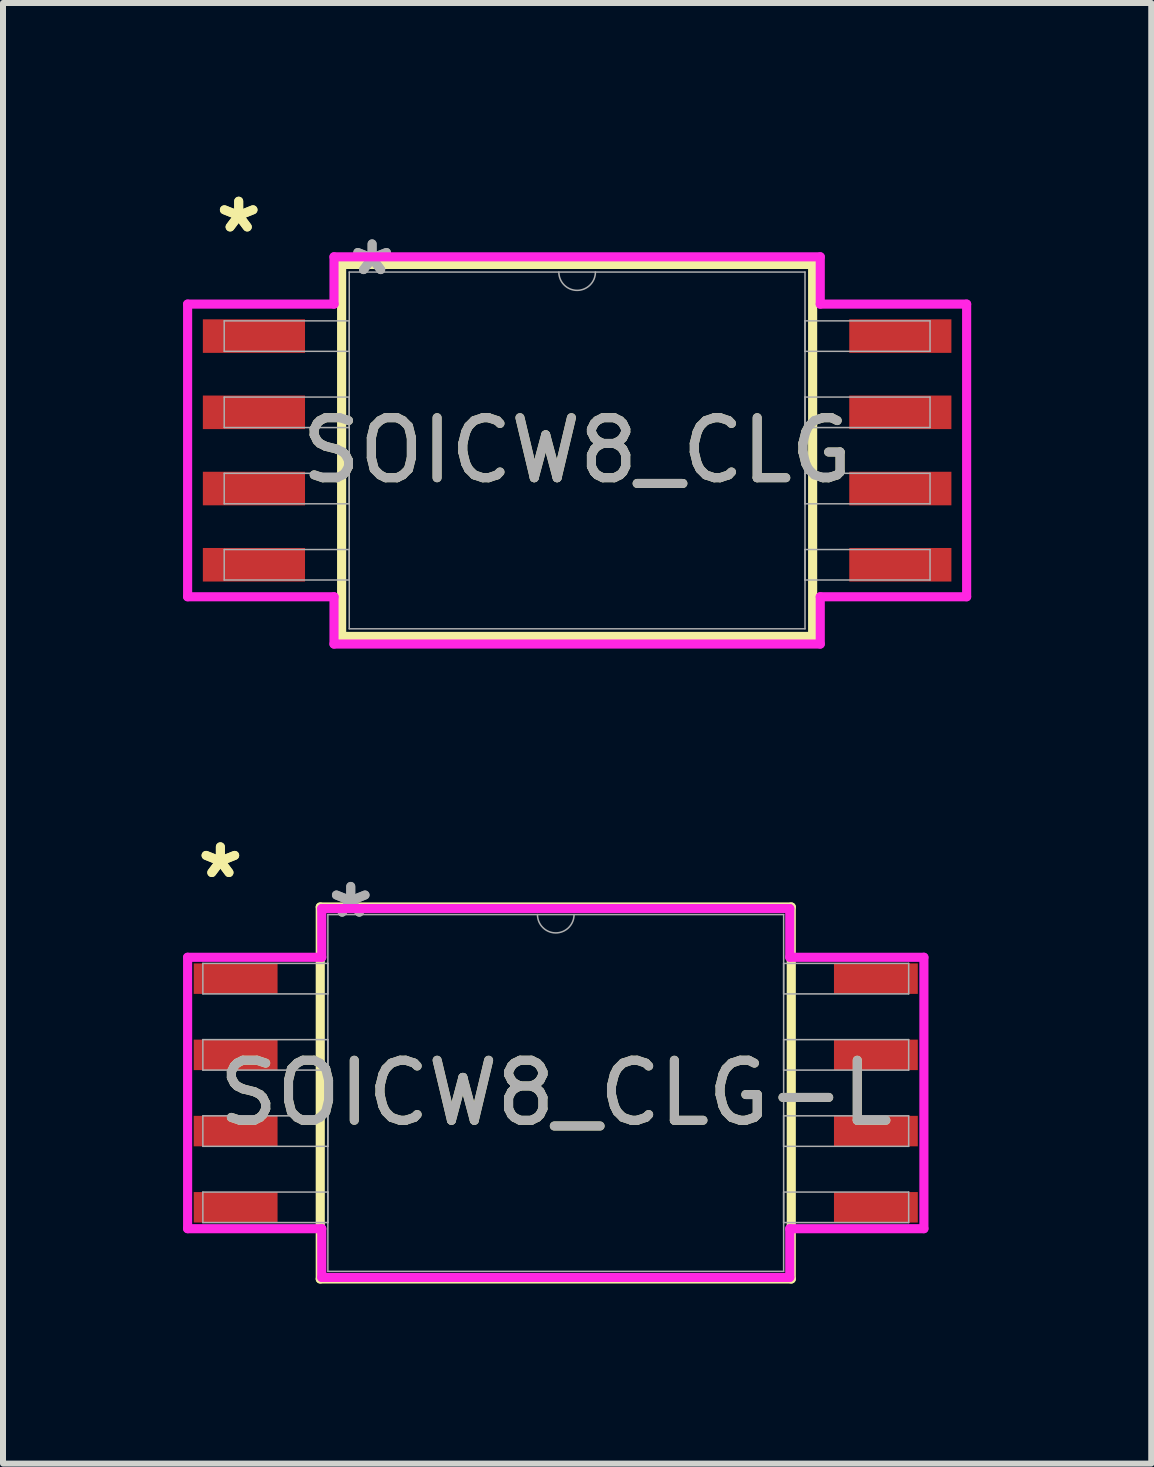
<source format=kicad_pcb>
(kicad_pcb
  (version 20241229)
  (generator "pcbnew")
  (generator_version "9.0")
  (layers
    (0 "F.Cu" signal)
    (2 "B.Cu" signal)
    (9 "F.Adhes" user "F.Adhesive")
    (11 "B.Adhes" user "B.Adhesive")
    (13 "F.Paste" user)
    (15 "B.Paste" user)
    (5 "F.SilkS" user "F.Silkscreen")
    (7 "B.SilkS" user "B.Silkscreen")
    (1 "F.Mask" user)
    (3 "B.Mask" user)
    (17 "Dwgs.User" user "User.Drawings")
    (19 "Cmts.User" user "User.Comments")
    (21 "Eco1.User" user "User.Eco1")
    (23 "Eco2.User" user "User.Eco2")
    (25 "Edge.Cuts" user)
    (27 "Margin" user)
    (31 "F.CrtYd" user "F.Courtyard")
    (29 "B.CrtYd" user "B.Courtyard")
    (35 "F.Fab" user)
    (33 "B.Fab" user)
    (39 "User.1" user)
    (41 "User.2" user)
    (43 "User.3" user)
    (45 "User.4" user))
  (footprint "SOICW8_CLG"
    (layer "F.Cu")
    (at 6.566 4.455)
    (property "Reference" "SOICW8_CLG" (at 0 0 0) (unlocked yes) (layer "F.SilkS") (effects (font (size 1 1) (thickness 0.15))))
    (attr smd)
    (fp_line (start -3.924 -3.099) (end -3.924 3.099) (stroke (width 0.152) (type solid)) (layer "F.SilkS"))
    (fp_line (start -3.924 3.099) (end 3.924 3.099) (stroke (width 0.152) (type solid)) (layer "F.SilkS"))
    (fp_line (start 3.924 -3.099) (end -3.924 -3.099) (stroke (width 0.152) (type solid)) (layer "F.SilkS"))
    (fp_line (start 3.924 3.099) (end 3.924 -3.099) (stroke (width 0.152) (type solid)) (layer "F.SilkS"))
    (fp_line (start -6.49 -2.438) (end -4.051 -2.438) (stroke (width 0.152) (type solid)) (layer "F.CrtYd"))
    (fp_line (start -6.49 2.438) (end -6.49 -2.438) (stroke (width 0.152) (type solid)) (layer "F.CrtYd"))
    (fp_line (start -6.49 2.438) (end -4.051 2.438) (stroke (width 0.152) (type solid)) (layer "F.CrtYd"))
    (fp_line (start -4.051 -3.226) (end 4.051 -3.226) (stroke (width 0.152) (type solid)) (layer "F.CrtYd"))
    (fp_line (start -4.051 -2.438) (end -4.051 -3.226) (stroke (width 0.152) (type solid)) (layer "F.CrtYd"))
    (fp_line (start -4.051 3.226) (end -4.051 2.438) (stroke (width 0.152) (type solid)) (layer "F.CrtYd"))
    (fp_line (start 4.051 -3.226) (end 4.051 -2.438) (stroke (width 0.152) (type solid)) (layer "F.CrtYd"))
    (fp_line (start 4.051 2.438) (end 4.051 3.226) (stroke (width 0.152) (type solid)) (layer "F.CrtYd"))
    (fp_line (start 4.051 3.226) (end -4.051 3.226) (stroke (width 0.152) (type solid)) (layer "F.CrtYd"))
    (fp_line (start 6.49 -2.438) (end 4.051 -2.438) (stroke (width 0.152) (type solid)) (layer "F.CrtYd"))
    (fp_line (start 6.49 -2.438) (end 6.49 2.438) (stroke (width 0.152) (type solid)) (layer "F.CrtYd"))
    (fp_line (start 6.49 2.438) (end 4.051 2.438) (stroke (width 0.152) (type solid)) (layer "F.CrtYd"))
    (fp_line (start -5.88 -2.159) (end -5.88 -1.651) (stroke (width 0.025) (type solid)) (layer "F.Fab"))
    (fp_line (start -5.88 -1.651) (end -3.797 -1.651) (stroke (width 0.025) (type solid)) (layer "F.Fab"))
    (fp_line (start -5.88 -0.889) (end -5.88 -0.381) (stroke (width 0.025) (type solid)) (layer "F.Fab"))
    (fp_line (start -5.88 -0.381) (end -3.797 -0.381) (stroke (width 0.025) (type solid)) (layer "F.Fab"))
    (fp_line (start -5.88 0.381) (end -5.88 0.889) (stroke (width 0.025) (type solid)) (layer "F.Fab"))
    (fp_line (start -5.88 0.889) (end -3.797 0.889) (stroke (width 0.025) (type solid)) (layer "F.Fab"))
    (fp_line (start -5.88 1.651) (end -5.88 2.159) (stroke (width 0.025) (type solid)) (layer "F.Fab"))
    (fp_line (start -5.88 2.159) (end -3.797 2.159) (stroke (width 0.025) (type solid)) (layer "F.Fab"))
    (fp_line (start -3.797 -2.972) (end -3.797 2.972) (stroke (width 0.025) (type solid)) (layer "F.Fab"))
    (fp_line (start -3.797 -2.159) (end -5.88 -2.159) (stroke (width 0.025) (type solid)) (layer "F.Fab"))
    (fp_line (start -3.797 -1.651) (end -3.797 -2.159) (stroke (width 0.025) (type solid)) (layer "F.Fab"))
    (fp_line (start -3.797 -0.889) (end -5.88 -0.889) (stroke (width 0.025) (type solid)) (layer "F.Fab"))
    (fp_line (start -3.797 -0.381) (end -3.797 -0.889) (stroke (width 0.025) (type solid)) (layer "F.Fab"))
    (fp_line (start -3.797 0.381) (end -5.88 0.381) (stroke (width 0.025) (type solid)) (layer "F.Fab"))
    (fp_line (start -3.797 0.889) (end -3.797 0.381) (stroke (width 0.025) (type solid)) (layer "F.Fab"))
    (fp_line (start -3.797 1.651) (end -5.88 1.651) (stroke (width 0.025) (type solid)) (layer "F.Fab"))
    (fp_line (start -3.797 2.159) (end -3.797 1.651) (stroke (width 0.025) (type solid)) (layer "F.Fab"))
    (fp_line (start -3.797 2.972) (end 3.797 2.972) (stroke (width 0.025) (type solid)) (layer "F.Fab"))
    (fp_line (start 3.797 -2.972) (end -3.797 -2.972) (stroke (width 0.025) (type solid)) (layer "F.Fab"))
    (fp_line (start 3.797 -2.159) (end 3.797 -1.651) (stroke (width 0.025) (type solid)) (layer "F.Fab"))
    (fp_line (start 3.797 -1.651) (end 5.88 -1.651) (stroke (width 0.025) (type solid)) (layer "F.Fab"))
    (fp_line (start 3.797 -0.889) (end 3.797 -0.381) (stroke (width 0.025) (type solid)) (layer "F.Fab"))
    (fp_line (start 3.797 -0.381) (end 5.88 -0.381) (stroke (width 0.025) (type solid)) (layer "F.Fab"))
    (fp_line (start 3.797 0.381) (end 3.797 0.889) (stroke (width 0.025) (type solid)) (layer "F.Fab"))
    (fp_line (start 3.797 0.889) (end 5.88 0.889) (stroke (width 0.025) (type solid)) (layer "F.Fab"))
    (fp_line (start 3.797 1.651) (end 3.797 2.159) (stroke (width 0.025) (type solid)) (layer "F.Fab"))
    (fp_line (start 3.797 2.159) (end 5.88 2.159) (stroke (width 0.025) (type solid)) (layer "F.Fab"))
    (fp_line (start 3.797 2.972) (end 3.797 -2.972) (stroke (width 0.025) (type solid)) (layer "F.Fab"))
    (fp_line (start 5.88 -2.159) (end 3.797 -2.159) (stroke (width 0.025) (type solid)) (layer "F.Fab"))
    (fp_line (start 5.88 -1.651) (end 5.88 -2.159) (stroke (width 0.025) (type solid)) (layer "F.Fab"))
    (fp_line (start 5.88 -0.889) (end 3.797 -0.889) (stroke (width 0.025) (type solid)) (layer "F.Fab"))
    (fp_line (start 5.88 -0.381) (end 5.88 -0.889) (stroke (width 0.025) (type solid)) (layer "F.Fab"))
    (fp_line (start 5.88 0.381) (end 3.797 0.381) (stroke (width 0.025) (type solid)) (layer "F.Fab"))
    (fp_line (start 5.88 0.889) (end 5.88 0.381) (stroke (width 0.025) (type solid)) (layer "F.Fab"))
    (fp_line (start 5.88 1.651) (end 3.797 1.651) (stroke (width 0.025) (type solid)) (layer "F.Fab"))
    (fp_line (start 5.88 2.159) (end 5.88 1.651) (stroke (width 0.025) (type solid)) (layer "F.Fab"))
    (fp_arc (start 0.3048 -2.9718) (mid 0 -2.667) (end -0.3048 -2.9718) (stroke (width 0.0254) (type solid)) (layer "F.Fab"))
    (fp_text user "*" (at -5.639 -3.607 0) (unlocked yes) (layer "F.SilkS") (effects (font (size 1 1) (thickness 0.15))))
    (fp_text user "*" (at -5.639 -3.607 0) (layer "F.SilkS") (effects (font (size 1 1) (thickness 0.15))))
    (fp_text user "${REFERENCE}" (at 0 0 0) (unlocked yes) (layer "F.Fab") (effects (font (size 1 1) (thickness 0.15))))
    (fp_text user "*" (at -3.416 -2.896 0) (layer "F.Fab") (effects (font (size 1 1) (thickness 0.15))))
    (fp_text user "*" (at -3.416 -2.896 0) (unlocked yes) (layer "F.Fab") (effects (font (size 1 1) (thickness 0.15))))
    (pad "1" smd rect (at -5.385 -1.905) (size 1.702 0.559) (layers "F.Cu" "F.Mask" "F.Paste"))
    (pad "2" smd rect (at -5.385 -0.635) (size 1.702 0.559) (layers "F.Cu" "F.Mask" "F.Paste"))
    (pad "3" smd rect (at -5.385 0.635) (size 1.702 0.559) (layers "F.Cu" "F.Mask" "F.Paste"))
    (pad "4" smd rect (at -5.385 1.905) (size 1.702 0.559) (layers "F.Cu" "F.Mask" "F.Paste"))
    (pad "5" smd rect (at 5.385 1.905) (size 1.702 0.559) (layers "F.Cu" "F.Mask" "F.Paste"))
    (pad "6" smd rect (at 5.385 0.635) (size 1.702 0.559) (layers "F.Cu" "F.Mask" "F.Paste"))
    (pad "7" smd rect (at 5.385 -0.635) (size 1.702 0.559) (layers "F.Cu" "F.Mask" "F.Paste"))
    (pad "8" smd rect (at 5.385 -1.905) (size 1.702 0.559) (layers "F.Cu" "F.Mask" "F.Paste")))
  (footprint "SOICW8_CLG-L"
    (layer "F.Cu")
    (at 6.21 15.161)
    (property "Reference" "SOICW8_CLG-L" (at 0 0 0) (unlocked yes) (layer "F.SilkS") (effects (font (size 1 1) (thickness 0.15))))
    (attr smd)
    (fp_line (start -3.924 -3.099) (end -3.924 3.099) (stroke (width 0.152) (type solid)) (layer "F.SilkS"))
    (fp_line (start -3.924 3.099) (end 3.924 3.099) (stroke (width 0.152) (type solid)) (layer "F.SilkS"))
    (fp_line (start 3.924 -3.099) (end -3.924 -3.099) (stroke (width 0.152) (type solid)) (layer "F.SilkS"))
    (fp_line (start 3.924 3.099) (end 3.924 -3.099) (stroke (width 0.152) (type solid)) (layer "F.SilkS"))
    (fp_line (start -6.134 -2.261) (end -3.899 -2.261) (stroke (width 0.152) (type solid)) (layer "F.CrtYd"))
    (fp_line (start -6.134 2.261) (end -6.134 -2.261) (stroke (width 0.152) (type solid)) (layer "F.CrtYd"))
    (fp_line (start -6.134 2.261) (end -3.899 2.261) (stroke (width 0.152) (type solid)) (layer "F.CrtYd"))
    (fp_line (start -3.899 -3.073) (end 3.899 -3.073) (stroke (width 0.152) (type solid)) (layer "F.CrtYd"))
    (fp_line (start -3.899 -2.261) (end -3.899 -3.073) (stroke (width 0.152) (type solid)) (layer "F.CrtYd"))
    (fp_line (start -3.899 3.073) (end -3.899 2.261) (stroke (width 0.152) (type solid)) (layer "F.CrtYd"))
    (fp_line (start 3.899 -3.073) (end 3.899 -2.261) (stroke (width 0.152) (type solid)) (layer "F.CrtYd"))
    (fp_line (start 3.899 2.261) (end 3.899 3.073) (stroke (width 0.152) (type solid)) (layer "F.CrtYd"))
    (fp_line (start 3.899 3.073) (end -3.899 3.073) (stroke (width 0.152) (type solid)) (layer "F.CrtYd"))
    (fp_line (start 6.134 -2.261) (end 3.899 -2.261) (stroke (width 0.152) (type solid)) (layer "F.CrtYd"))
    (fp_line (start 6.134 -2.261) (end 6.134 2.261) (stroke (width 0.152) (type solid)) (layer "F.CrtYd"))
    (fp_line (start 6.134 2.261) (end 3.899 2.261) (stroke (width 0.152) (type solid)) (layer "F.CrtYd"))
    (fp_line (start -5.88 -2.159) (end -5.88 -1.651) (stroke (width 0.025) (type solid)) (layer "F.Fab"))
    (fp_line (start -5.88 -1.651) (end -3.797 -1.651) (stroke (width 0.025) (type solid)) (layer "F.Fab"))
    (fp_line (start -5.88 -0.889) (end -5.88 -0.381) (stroke (width 0.025) (type solid)) (layer "F.Fab"))
    (fp_line (start -5.88 -0.381) (end -3.797 -0.381) (stroke (width 0.025) (type solid)) (layer "F.Fab"))
    (fp_line (start -5.88 0.381) (end -5.88 0.889) (stroke (width 0.025) (type solid)) (layer "F.Fab"))
    (fp_line (start -5.88 0.889) (end -3.797 0.889) (stroke (width 0.025) (type solid)) (layer "F.Fab"))
    (fp_line (start -5.88 1.651) (end -5.88 2.159) (stroke (width 0.025) (type solid)) (layer "F.Fab"))
    (fp_line (start -5.88 2.159) (end -3.797 2.159) (stroke (width 0.025) (type solid)) (layer "F.Fab"))
    (fp_line (start -3.797 -2.972) (end -3.797 2.972) (stroke (width 0.025) (type solid)) (layer "F.Fab"))
    (fp_line (start -3.797 -2.159) (end -5.88 -2.159) (stroke (width 0.025) (type solid)) (layer "F.Fab"))
    (fp_line (start -3.797 -1.651) (end -3.797 -2.159) (stroke (width 0.025) (type solid)) (layer "F.Fab"))
    (fp_line (start -3.797 -0.889) (end -5.88 -0.889) (stroke (width 0.025) (type solid)) (layer "F.Fab"))
    (fp_line (start -3.797 -0.381) (end -3.797 -0.889) (stroke (width 0.025) (type solid)) (layer "F.Fab"))
    (fp_line (start -3.797 0.381) (end -5.88 0.381) (stroke (width 0.025) (type solid)) (layer "F.Fab"))
    (fp_line (start -3.797 0.889) (end -3.797 0.381) (stroke (width 0.025) (type solid)) (layer "F.Fab"))
    (fp_line (start -3.797 1.651) (end -5.88 1.651) (stroke (width 0.025) (type solid)) (layer "F.Fab"))
    (fp_line (start -3.797 2.159) (end -3.797 1.651) (stroke (width 0.025) (type solid)) (layer "F.Fab"))
    (fp_line (start -3.797 2.972) (end 3.797 2.972) (stroke (width 0.025) (type solid)) (layer "F.Fab"))
    (fp_line (start 3.797 -2.972) (end -3.797 -2.972) (stroke (width 0.025) (type solid)) (layer "F.Fab"))
    (fp_line (start 3.797 -2.159) (end 3.797 -1.651) (stroke (width 0.025) (type solid)) (layer "F.Fab"))
    (fp_line (start 3.797 -1.651) (end 5.88 -1.651) (stroke (width 0.025) (type solid)) (layer "F.Fab"))
    (fp_line (start 3.797 -0.889) (end 3.797 -0.381) (stroke (width 0.025) (type solid)) (layer "F.Fab"))
    (fp_line (start 3.797 -0.381) (end 5.88 -0.381) (stroke (width 0.025) (type solid)) (layer "F.Fab"))
    (fp_line (start 3.797 0.381) (end 3.797 0.889) (stroke (width 0.025) (type solid)) (layer "F.Fab"))
    (fp_line (start 3.797 0.889) (end 5.88 0.889) (stroke (width 0.025) (type solid)) (layer "F.Fab"))
    (fp_line (start 3.797 1.651) (end 3.797 2.159) (stroke (width 0.025) (type solid)) (layer "F.Fab"))
    (fp_line (start 3.797 2.159) (end 5.88 2.159) (stroke (width 0.025) (type solid)) (layer "F.Fab"))
    (fp_line (start 3.797 2.972) (end 3.797 -2.972) (stroke (width 0.025) (type solid)) (layer "F.Fab"))
    (fp_line (start 5.88 -2.159) (end 3.797 -2.159) (stroke (width 0.025) (type solid)) (layer "F.Fab"))
    (fp_line (start 5.88 -1.651) (end 5.88 -2.159) (stroke (width 0.025) (type solid)) (layer "F.Fab"))
    (fp_line (start 5.88 -0.889) (end 3.797 -0.889) (stroke (width 0.025) (type solid)) (layer "F.Fab"))
    (fp_line (start 5.88 -0.381) (end 5.88 -0.889) (stroke (width 0.025) (type solid)) (layer "F.Fab"))
    (fp_line (start 5.88 0.381) (end 3.797 0.381) (stroke (width 0.025) (type solid)) (layer "F.Fab"))
    (fp_line (start 5.88 0.889) (end 5.88 0.381) (stroke (width 0.025) (type solid)) (layer "F.Fab"))
    (fp_line (start 5.88 1.651) (end 3.797 1.651) (stroke (width 0.025) (type solid)) (layer "F.Fab"))
    (fp_line (start 5.88 2.159) (end 5.88 1.651) (stroke (width 0.025) (type solid)) (layer "F.Fab"))
    (fp_arc (start 0.3048 -2.9718) (mid 0 -2.667) (end -0.3048 -2.9718) (stroke (width 0.0254) (type solid)) (layer "F.Fab"))
    (fp_text user "*" (at -5.588 -3.556 0) (layer "F.SilkS") (effects (font (size 1 1) (thickness 0.15))))
    (fp_text user "*" (at -5.588 -3.556 0) (unlocked yes) (layer "F.SilkS") (effects (font (size 1 1) (thickness 0.15))))
    (fp_text user "*" (at -3.416 -2.896 0) (unlocked yes) (layer "F.Fab") (effects (font (size 1 1) (thickness 0.15))))
    (fp_text user "*" (at -3.416 -2.896 0) (layer "F.Fab") (effects (font (size 1 1) (thickness 0.15))))
    (fp_text user "${REFERENCE}" (at 0 0 0) (unlocked yes) (layer "F.Fab") (effects (font (size 1 1) (thickness 0.15))))
    (pad "1" smd rect (at -5.334 -1.905) (size 1.397 0.508) (layers "F.Cu" "F.Mask" "F.Paste"))
    (pad "2" smd rect (at -5.334 -0.635) (size 1.397 0.508) (layers "F.Cu" "F.Mask" "F.Paste"))
    (pad "3" smd rect (at -5.334 0.635) (size 1.397 0.508) (layers "F.Cu" "F.Mask" "F.Paste"))
    (pad "4" smd rect (at -5.334 1.905) (size 1.397 0.508) (layers "F.Cu" "F.Mask" "F.Paste"))
    (pad "5" smd rect (at 5.334 1.905) (size 1.397 0.508) (layers "F.Cu" "F.Mask" "F.Paste"))
    (pad "6" smd rect (at 5.334 0.635) (size 1.397 0.508) (layers "F.Cu" "F.Mask" "F.Paste"))
    (pad "7" smd rect (at 5.334 -0.635) (size 1.397 0.508) (layers "F.Cu" "F.Mask" "F.Paste"))
    (pad "8" smd rect (at 5.334 -1.905) (size 1.397 0.508) (layers "F.Cu" "F.Mask" "F.Paste")))
  (gr_rect
    (start -3 -3)
    (end 16.132 21.336)
    (stroke (width 0.1) (type default))
    (fill no)
    (layer "Edge.Cuts")))
</source>
